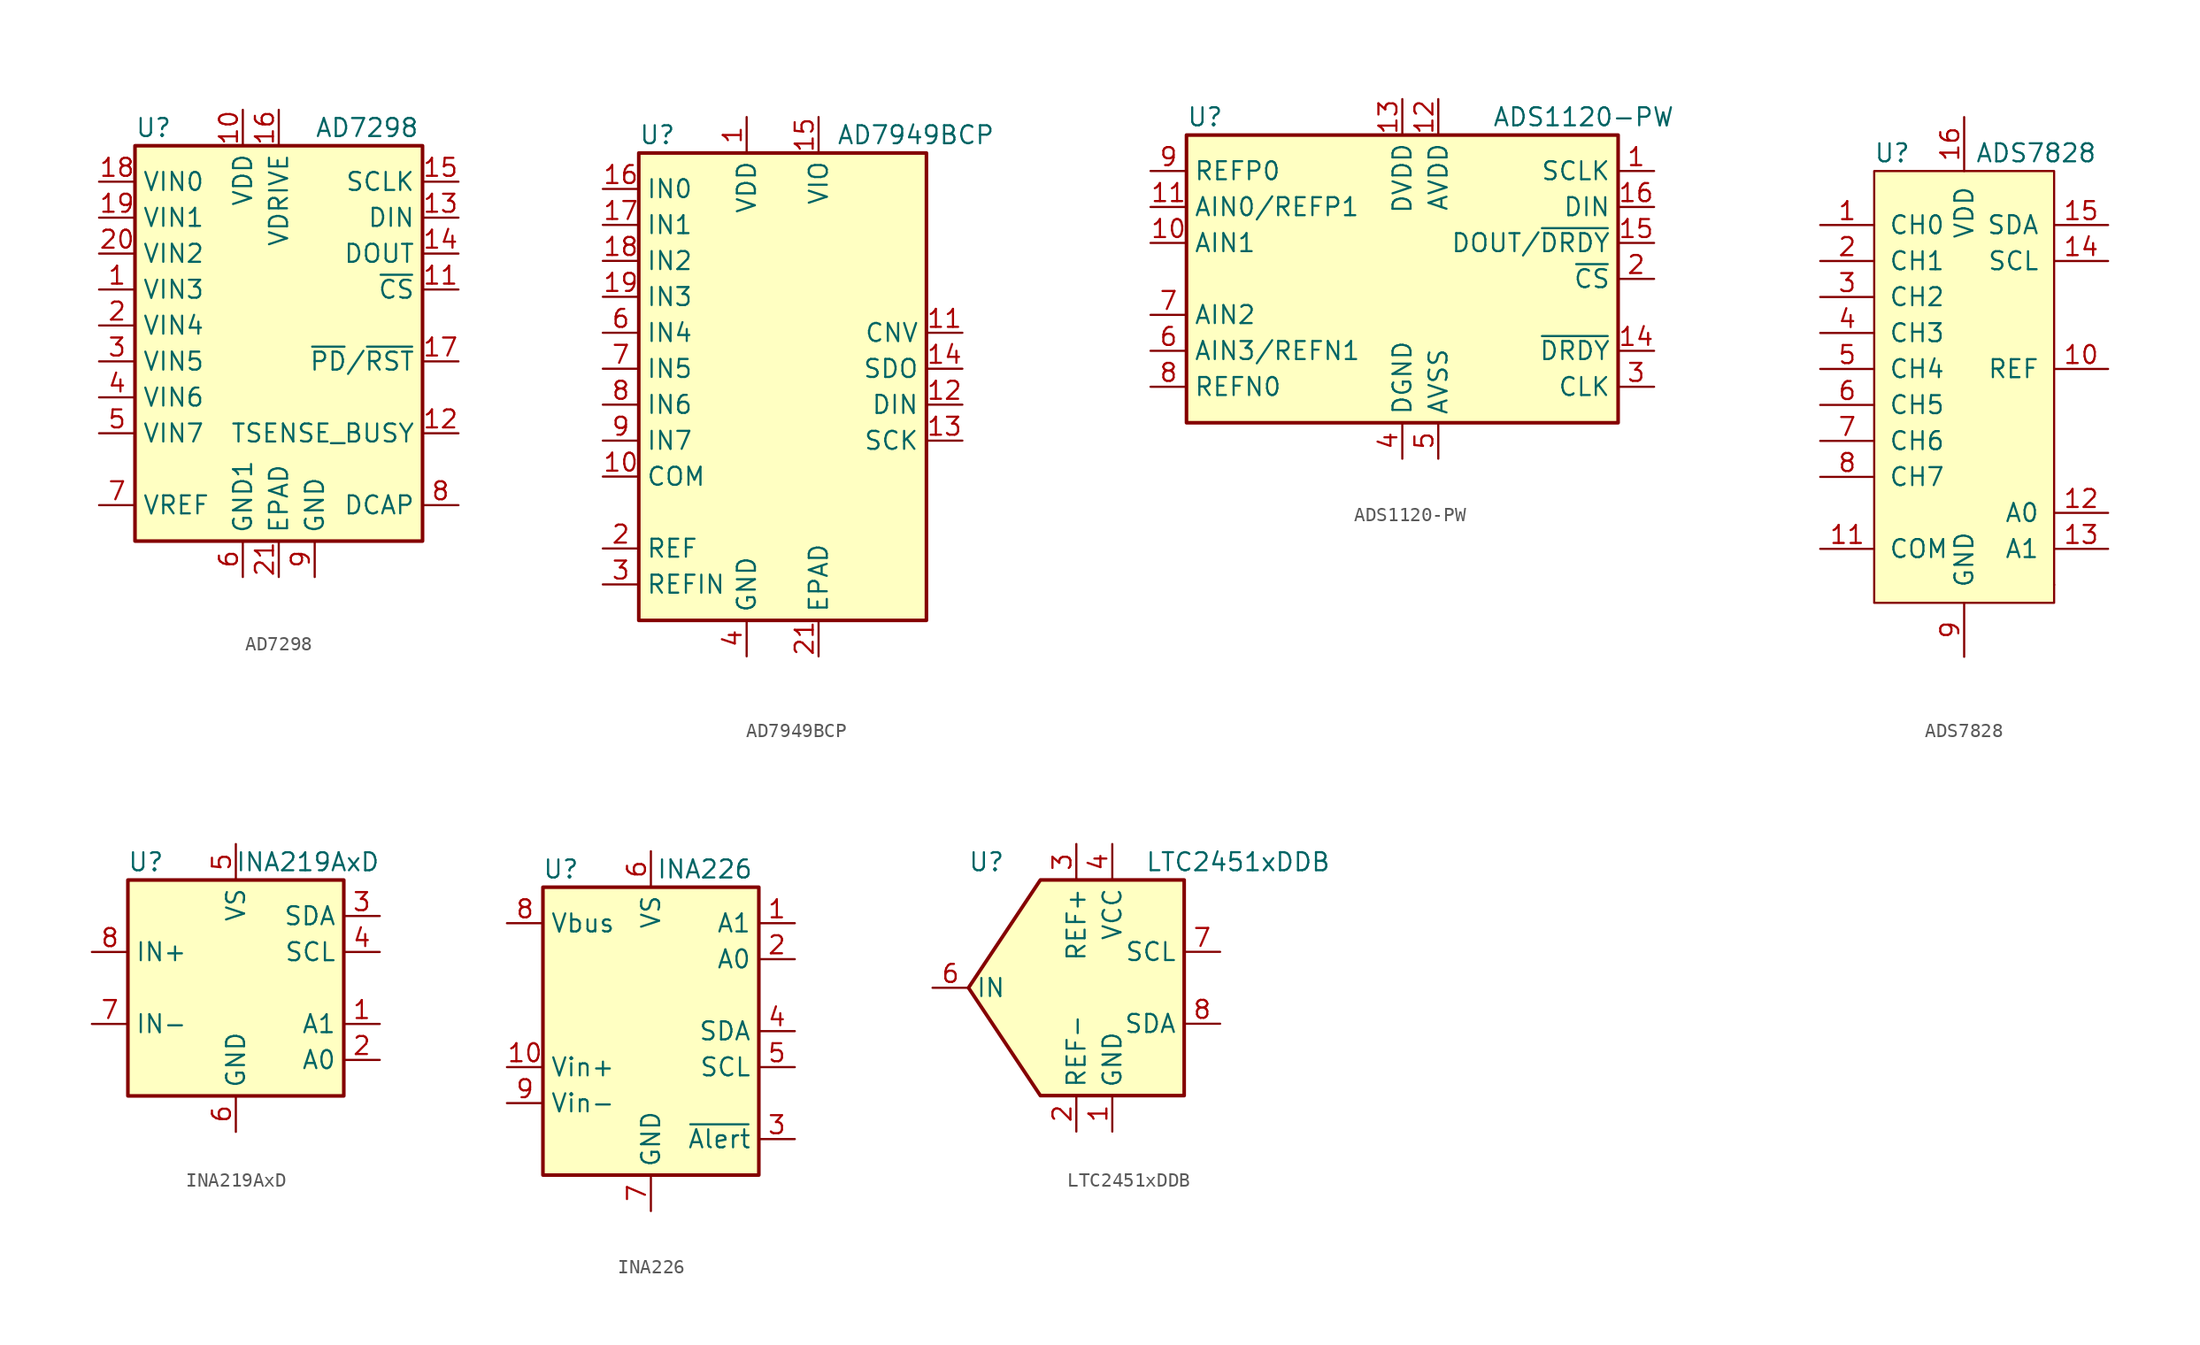
<source format=kicad_sym>
(kicad_symbol_lib
  (version 20201005)
  (generator kicad_symbol_editor)
  (symbol "AD7298"
    (property "Reference" "U"
      (at -10.16 13.97 0)
      (effects (font (size 1.27 1.27)) (justify left)))
    (property "Value" "AD7298"
      (at 2.54 13.97 0)
      (effects (font (size 1.27 1.27)) (justify left)))
    (symbol "AD7298_0_1"
      (rectangle (start -10.16 12.7) (end 10.16 -15.24) (stroke (width 0.254)) (fill (type background))))
    (symbol "AD7298_1_1"
      (pin input line (at -12.7 2.54 0) (length 2.54) (name "VIN3" (effects (font (size 1.27 1.27)))) (number "1" (effects (font (size 1.27 1.27)))))
      (pin power_in line (at -2.54 15.24 270) (length 2.54) (name "VDD" (effects (font (size 1.27 1.27)))) (number "10" (effects (font (size 1.27 1.27)))))
      (pin input line (at 12.7 2.54 180) (length 2.54) (name "~CS" (effects (font (size 1.27 1.27)))) (number "11" (effects (font (size 1.27 1.27)))))
      (pin output line (at 12.7 -7.62 180) (length 2.54) (name "TSENSE_BUSY" (effects (font (size 1.27 1.27)))) (number "12" (effects (font (size 1.27 1.27)))))
      (pin input line (at 12.7 7.62 180) (length 2.54) (name "DIN" (effects (font (size 1.27 1.27)))) (number "13" (effects (font (size 1.27 1.27)))))
      (pin output line (at 12.7 5.08 180) (length 2.54) (name "DOUT" (effects (font (size 1.27 1.27)))) (number "14" (effects (font (size 1.27 1.27)))))
      (pin input line (at 12.7 10.16 180) (length 2.54) (name "SCLK" (effects (font (size 1.27 1.27)))) (number "15" (effects (font (size 1.27 1.27)))))
      (pin power_in line (at 0 15.24 270) (length 2.54) (name "VDRIVE" (effects (font (size 1.27 1.27)))) (number "16" (effects (font (size 1.27 1.27)))))
      (pin input line (at 12.7 -2.54 180) (length 2.54) (name "~PD~/~RST" (effects (font (size 1.27 1.27)))) (number "17" (effects (font (size 1.27 1.27)))))
      (pin input line (at -12.7 10.16 0) (length 2.54) (name "VIN0" (effects (font (size 1.27 1.27)))) (number "18" (effects (font (size 1.27 1.27)))))
      (pin input line (at -12.7 7.62 0) (length 2.54) (name "VIN1" (effects (font (size 1.27 1.27)))) (number "19" (effects (font (size 1.27 1.27)))))
      (pin input line (at -12.7 0 0) (length 2.54) (name "VIN4" (effects (font (size 1.27 1.27)))) (number "2" (effects (font (size 1.27 1.27)))))
      (pin input line (at -12.7 5.08 0) (length 2.54) (name "VIN2" (effects (font (size 1.27 1.27)))) (number "20" (effects (font (size 1.27 1.27)))))
      (pin power_in line (at 0 -17.78 90) (length 2.54) (name "EPAD" (effects (font (size 1.27 1.27)))) (number "21" (effects (font (size 1.27 1.27)))))
      (pin input line (at -12.7 -2.54 0) (length 2.54) (name "VIN5" (effects (font (size 1.27 1.27)))) (number "3" (effects (font (size 1.27 1.27)))))
      (pin input line (at -12.7 -5.08 0) (length 2.54) (name "VIN6" (effects (font (size 1.27 1.27)))) (number "4" (effects (font (size 1.27 1.27)))))
      (pin input line (at -12.7 -7.62 0) (length 2.54) (name "VIN7" (effects (font (size 1.27 1.27)))) (number "5" (effects (font (size 1.27 1.27)))))
      (pin power_in line (at -2.54 -17.78 90) (length 2.54) (name "GND1" (effects (font (size 1.27 1.27)))) (number "6" (effects (font (size 1.27 1.27)))))
      (pin passive line (at -12.7 -12.7 0) (length 2.54) (name "VREF" (effects (font (size 1.27 1.27)))) (number "7" (effects (font (size 1.27 1.27)))))
      (pin passive line (at 12.7 -12.7 180) (length 2.54) (name "DCAP" (effects (font (size 1.27 1.27)))) (number "8" (effects (font (size 1.27 1.27)))))
      (pin power_in line (at 2.54 -17.78 90) (length 2.54) (name "GND" (effects (font (size 1.27 1.27)))) (number "9" (effects (font (size 1.27 1.27)))))))
  (symbol "AD7949BCP"
    (property "Reference" "U"
      (at -10.16 16.51 0)
      (effects (font (size 1.27 1.27)) (justify left)))
    (property "Value" "AD7949BCP"
      (at 3.81 16.51 0)
      (effects (font (size 1.27 1.27)) (justify left)))
    (symbol "AD7949BCP_0_1"
      (rectangle (start -10.16 15.24) (end 10.16 -17.78) (stroke (width 0.254)) (fill (type background))))
    (symbol "AD7949BCP_1_1"
      (pin power_in line (at -2.54 17.78 270) (length 2.54) (name "VDD" (effects (font (size 1.27 1.27)))) (number "1" (effects (font (size 1.27 1.27)))))
      (pin input line (at -12.7 -7.62 0) (length 2.54) (name "COM" (effects (font (size 1.27 1.27)))) (number "10" (effects (font (size 1.27 1.27)))))
      (pin input line (at 12.7 2.54 180) (length 2.54) (name "CNV" (effects (font (size 1.27 1.27)))) (number "11" (effects (font (size 1.27 1.27)))))
      (pin input line (at 12.7 -2.54 180) (length 2.54) (name "DIN" (effects (font (size 1.27 1.27)))) (number "12" (effects (font (size 1.27 1.27)))))
      (pin input line (at 12.7 -5.08 180) (length 2.54) (name "SCK" (effects (font (size 1.27 1.27)))) (number "13" (effects (font (size 1.27 1.27)))))
      (pin output line (at 12.7 0 180) (length 2.54) (name "SDO" (effects (font (size 1.27 1.27)))) (number "14" (effects (font (size 1.27 1.27)))))
      (pin power_in line (at 2.54 17.78 270) (length 2.54) (name "VIO" (effects (font (size 1.27 1.27)))) (number "15" (effects (font (size 1.27 1.27)))))
      (pin input line (at -12.7 12.7 0) (length 2.54) (name "IN0" (effects (font (size 1.27 1.27)))) (number "16" (effects (font (size 1.27 1.27)))))
      (pin input line (at -12.7 10.16 0) (length 2.54) (name "IN1" (effects (font (size 1.27 1.27)))) (number "17" (effects (font (size 1.27 1.27)))))
      (pin input line (at -12.7 7.62 0) (length 2.54) (name "IN2" (effects (font (size 1.27 1.27)))) (number "18" (effects (font (size 1.27 1.27)))))
      (pin input line (at -12.7 5.08 0) (length 2.54) (name "IN3" (effects (font (size 1.27 1.27)))) (number "19" (effects (font (size 1.27 1.27)))))
      (pin passive line (at -12.7 -12.7 0) (length 2.54) (name "REF" (effects (font (size 1.27 1.27)))) (number "2" (effects (font (size 1.27 1.27)))))
      (pin passive line (at -2.54 17.78 270) (length 2.54) hide (name "VDD" (effects (font (size 1.27 1.27)))) (number "20" (effects (font (size 1.27 1.27)))))
      (pin power_in line (at 2.54 -20.32 90) (length 2.54) (name "EPAD" (effects (font (size 1.27 1.27)))) (number "21" (effects (font (size 1.27 1.27)))))
      (pin passive line (at -12.7 -15.24 0) (length 2.54) (name "REFIN" (effects (font (size 1.27 1.27)))) (number "3" (effects (font (size 1.27 1.27)))))
      (pin power_in line (at -2.54 -20.32 90) (length 2.54) (name "GND" (effects (font (size 1.27 1.27)))) (number "4" (effects (font (size 1.27 1.27)))))
      (pin passive line (at -2.54 -20.32 90) (length 2.54) hide (name "GND" (effects (font (size 1.27 1.27)))) (number "5" (effects (font (size 1.27 1.27)))))
      (pin input line (at -12.7 2.54 0) (length 2.54) (name "IN4" (effects (font (size 1.27 1.27)))) (number "6" (effects (font (size 1.27 1.27)))))
      (pin input line (at -12.7 0 0) (length 2.54) (name "IN5" (effects (font (size 1.27 1.27)))) (number "7" (effects (font (size 1.27 1.27)))))
      (pin input line (at -12.7 -2.54 0) (length 2.54) (name "IN6" (effects (font (size 1.27 1.27)))) (number "8" (effects (font (size 1.27 1.27)))))
      (pin input line (at -12.7 -5.08 0) (length 2.54) (name "IN7" (effects (font (size 1.27 1.27)))) (number "9" (effects (font (size 1.27 1.27)))))))
  (symbol "ADS1120-PW"
    (property "Reference" "U"
      (at -15.24 11.43 0)
      (effects (font (size 1.27 1.27)) (justify left)))
    (property "Value" "ADS1120-PW"
      (at 6.35 11.43 0)
      (effects (font (size 1.27 1.27)) (justify left)))
    (symbol "ADS1120-PW_0_1"
      (rectangle (start -15.24 10.16) (end 15.24 -10.16) (stroke (width 0.254)) (fill (type background))))
    (symbol "ADS1120-PW_1_1"
      (pin input line (at 17.78 7.62 180) (length 2.54) (name "SCLK" (effects (font (size 1.27 1.27)))) (number "1" (effects (font (size 1.27 1.27)))))
      (pin input line (at -17.78 2.54 0) (length 2.54) (name "AIN1" (effects (font (size 1.27 1.27)))) (number "10" (effects (font (size 1.27 1.27)))))
      (pin input line (at -17.78 5.08 0) (length 2.54) (name "AIN0/REFP1" (effects (font (size 1.27 1.27)))) (number "11" (effects (font (size 1.27 1.27)))))
      (pin power_in line (at 2.54 12.7 270) (length 2.54) (name "AVDD" (effects (font (size 1.27 1.27)))) (number "12" (effects (font (size 1.27 1.27)))))
      (pin power_in line (at 0 12.7 270) (length 2.54) (name "DVDD" (effects (font (size 1.27 1.27)))) (number "13" (effects (font (size 1.27 1.27)))))
      (pin output line (at 17.78 -5.08 180) (length 2.54) (name "~DRDY" (effects (font (size 1.27 1.27)))) (number "14" (effects (font (size 1.27 1.27)))))
      (pin output line (at 17.78 2.54 180) (length 2.54) (name "DOUT/~DRDY" (effects (font (size 1.27 1.27)))) (number "15" (effects (font (size 1.27 1.27)))))
      (pin input line (at 17.78 5.08 180) (length 2.54) (name "DIN" (effects (font (size 1.27 1.27)))) (number "16" (effects (font (size 1.27 1.27)))))
      (pin input line (at 17.78 0 180) (length 2.54) (name "~CS" (effects (font (size 1.27 1.27)))) (number "2" (effects (font (size 1.27 1.27)))))
      (pin input line (at 17.78 -7.62 180) (length 2.54) (name "CLK" (effects (font (size 1.27 1.27)))) (number "3" (effects (font (size 1.27 1.27)))))
      (pin power_in line (at 0 -12.7 90) (length 2.54) (name "DGND" (effects (font (size 1.27 1.27)))) (number "4" (effects (font (size 1.27 1.27)))))
      (pin power_in line (at 2.54 -12.7 90) (length 2.54) (name "AVSS" (effects (font (size 1.27 1.27)))) (number "5" (effects (font (size 1.27 1.27)))))
      (pin input line (at -17.78 -5.08 0) (length 2.54) (name "AIN3/REFN1" (effects (font (size 1.27 1.27)))) (number "6" (effects (font (size 1.27 1.27)))))
      (pin input line (at -17.78 -2.54 0) (length 2.54) (name "AIN2" (effects (font (size 1.27 1.27)))) (number "7" (effects (font (size 1.27 1.27)))))
      (pin input line (at -17.78 -7.62 0) (length 2.54) (name "REFN0" (effects (font (size 1.27 1.27)))) (number "8" (effects (font (size 1.27 1.27)))))
      (pin input line (at -17.78 7.62 0) (length 2.54) (name "REFP0" (effects (font (size 1.27 1.27)))) (number "9" (effects (font (size 1.27 1.27)))))))
  (symbol "ADS7828"
    (pin_names
      (offset 1.016))
    (property "Reference" "U"
      (at -5.08 15.24 0)
      (effects (font (size 1.27 1.27))))
    (property "Value" "ADS7828"
      (at 5.08 15.24 0)
      (effects (font (size 1.27 1.27))))
    (symbol "ADS7828_0_1"
      (rectangle (start 6.35 -15.24) (end 6.35 -15.24) (stroke (width 0)) (fill (type none)))
      (rectangle (start -6.35 13.97) (end 6.35 -16.51) (stroke (width 0)) (fill (type background))))
    (symbol "ADS7828_1_1"
      (pin input line (at -10.16 10.16 0) (length 3.81) (name "CH0" (effects (font (size 1.27 1.27)))) (number "1" (effects (font (size 1.27 1.27)))))
      (pin bidirectional line (at 10.16 0 180) (length 3.81) (name "REF" (effects (font (size 1.27 1.27)))) (number "10" (effects (font (size 1.27 1.27)))))
      (pin input line (at -10.16 -12.7 0) (length 3.81) (name "COM" (effects (font (size 1.27 1.27)))) (number "11" (effects (font (size 1.27 1.27)))))
      (pin input line (at 10.16 -10.16 180) (length 3.81) (name "A0" (effects (font (size 1.27 1.27)))) (number "12" (effects (font (size 1.27 1.27)))))
      (pin input line (at 10.16 -12.7 180) (length 3.81) (name "A1" (effects (font (size 1.27 1.27)))) (number "13" (effects (font (size 1.27 1.27)))))
      (pin input line (at 10.16 7.62 180) (length 3.81) (name "SCL" (effects (font (size 1.27 1.27)))) (number "14" (effects (font (size 1.27 1.27)))))
      (pin bidirectional line (at 10.16 10.16 180) (length 3.81) (name "SDA" (effects (font (size 1.27 1.27)))) (number "15" (effects (font (size 1.27 1.27)))))
      (pin power_in line (at 0 17.78 270) (length 3.81) (name "VDD" (effects (font (size 1.27 1.27)))) (number "16" (effects (font (size 1.27 1.27)))))
      (pin input line (at -10.16 7.62 0) (length 3.81) (name "CH1" (effects (font (size 1.27 1.27)))) (number "2" (effects (font (size 1.27 1.27)))))
      (pin input line (at -10.16 5.08 0) (length 3.81) (name "CH2" (effects (font (size 1.27 1.27)))) (number "3" (effects (font (size 1.27 1.27)))))
      (pin input line (at -10.16 2.54 0) (length 3.81) (name "CH3" (effects (font (size 1.27 1.27)))) (number "4" (effects (font (size 1.27 1.27)))))
      (pin input line (at -10.16 0 0) (length 3.81) (name "CH4" (effects (font (size 1.27 1.27)))) (number "5" (effects (font (size 1.27 1.27)))))
      (pin input line (at -10.16 -2.54 0) (length 3.81) (name "CH5" (effects (font (size 1.27 1.27)))) (number "6" (effects (font (size 1.27 1.27)))))
      (pin input line (at -10.16 -5.08 0) (length 3.81) (name "CH6" (effects (font (size 1.27 1.27)))) (number "7" (effects (font (size 1.27 1.27)))))
      (pin input line (at -10.16 -7.62 0) (length 3.81) (name "CH7" (effects (font (size 1.27 1.27)))) (number "8" (effects (font (size 1.27 1.27)))))
      (pin power_in line (at 0 -20.32 90) (length 3.81) (name "GND" (effects (font (size 1.27 1.27)))) (number "9" (effects (font (size 1.27 1.27)))))))
  (symbol "INA219AxD"
    (property "Reference" "U"
      (at -6.35 8.89 0)
      (effects (font (size 1.27 1.27))))
    (property "Value" "INA219AxD"
      (at 5.08 8.89 0)
      (effects (font (size 1.27 1.27))))
    (symbol "INA219AxD_0_1"
      (rectangle (start -7.62 7.62) (end 7.62 -7.62) (stroke (width 0.254)) (fill (type background))))
    (symbol "INA219AxD_1_1"
      (pin input line (at 10.16 -2.54 180) (length 2.54) (name "A1" (effects (font (size 1.27 1.27)))) (number "1" (effects (font (size 1.27 1.27)))))
      (pin input line (at 10.16 -5.08 180) (length 2.54) (name "A0" (effects (font (size 1.27 1.27)))) (number "2" (effects (font (size 1.27 1.27)))))
      (pin bidirectional line (at 10.16 5.08 180) (length 2.54) (name "SDA" (effects (font (size 1.27 1.27)))) (number "3" (effects (font (size 1.27 1.27)))))
      (pin input line (at 10.16 2.54 180) (length 2.54) (name "SCL" (effects (font (size 1.27 1.27)))) (number "4" (effects (font (size 1.27 1.27)))))
      (pin power_in line (at 0 10.16 270) (length 2.54) (name "VS" (effects (font (size 1.27 1.27)))) (number "5" (effects (font (size 1.27 1.27)))))
      (pin power_in line (at 0 -10.16 90) (length 2.54) (name "GND" (effects (font (size 1.27 1.27)))) (number "6" (effects (font (size 1.27 1.27)))))
      (pin input line (at -10.16 -2.54 0) (length 2.54) (name "IN-" (effects (font (size 1.27 1.27)))) (number "7" (effects (font (size 1.27 1.27)))))
      (pin input line (at -10.16 2.54 0) (length 2.54) (name "IN+" (effects (font (size 1.27 1.27)))) (number "8" (effects (font (size 1.27 1.27)))))))
  (symbol "INA226"
    (property "Reference" "U"
      (at -6.35 11.43 0)
      (effects (font (size 1.27 1.27))))
    (property "Value" "INA226"
      (at 3.81 11.43 0)
      (effects (font (size 1.27 1.27))))
    (symbol "INA226_0_1"
      (rectangle (start 7.62 10.16) (end -7.62 -10.16) (stroke (width 0.254)) (fill (type background))))
    (symbol "INA226_1_1"
      (pin input line (at 10.16 7.62 180) (length 2.54) (name "A1" (effects (font (size 1.27 1.27)))) (number "1" (effects (font (size 1.27 1.27)))))
      (pin input line (at -10.16 -2.54 0) (length 2.54) (name "Vin+" (effects (font (size 1.27 1.27)))) (number "10" (effects (font (size 1.27 1.27)))))
      (pin input line (at 10.16 5.08 180) (length 2.54) (name "A0" (effects (font (size 1.27 1.27)))) (number "2" (effects (font (size 1.27 1.27)))))
      (pin open_collector line (at 10.16 -7.62 180) (length 2.54) (name "~Alert~" (effects (font (size 1.27 1.27)))) (number "3" (effects (font (size 1.27 1.27)))))
      (pin bidirectional line (at 10.16 0 180) (length 2.54) (name "SDA" (effects (font (size 1.27 1.27)))) (number "4" (effects (font (size 1.27 1.27)))))
      (pin input line (at 10.16 -2.54 180) (length 2.54) (name "SCL" (effects (font (size 1.27 1.27)))) (number "5" (effects (font (size 1.27 1.27)))))
      (pin power_in line (at 0 12.7 270) (length 2.54) (name "VS" (effects (font (size 1.27 1.27)))) (number "6" (effects (font (size 1.27 1.27)))))
      (pin power_in line (at 0 -12.7 90) (length 2.54) (name "GND" (effects (font (size 1.27 1.27)))) (number "7" (effects (font (size 1.27 1.27)))))
      (pin input line (at -10.16 7.62 0) (length 2.54) (name "Vbus" (effects (font (size 1.27 1.27)))) (number "8" (effects (font (size 1.27 1.27)))))
      (pin input line (at -10.16 -5.08 0) (length 2.54) (name "Vin-" (effects (font (size 1.27 1.27)))) (number "9" (effects (font (size 1.27 1.27)))))))
  (symbol "LTC2451xDDB"
    (property "Reference" "U"
      (at -6.35 8.89 0)
      (effects (font (size 1.27 1.27))))
    (property "Value" "LTC2451xDDB"
      (at 11.43 8.89 0)
      (effects (font (size 1.27 1.27))))
    (symbol "LTC2451xDDB_1_1"
      (polyline (pts (xy -2.54 7.62) (xy 3.81 7.62) (xy 7.62 7.62) (xy 7.62 -7.62) (xy -2.54 -7.62) (xy -7.62 0) (xy -2.54 7.62)) (stroke (width 0.254)) (fill (type background)))
      (pin power_in line (at 2.54 -10.16 90) (length 2.54) (name "GND" (effects (font (size 1.27 1.27)))) (number "1" (effects (font (size 1.27 1.27)))))
      (pin power_in line (at 0 -10.16 90) (length 2.54) (name "REF-" (effects (font (size 1.27 1.27)))) (number "2" (effects (font (size 1.27 1.27)))))
      (pin power_in line (at 0 10.16 270) (length 2.54) (name "REF+" (effects (font (size 1.27 1.27)))) (number "3" (effects (font (size 1.27 1.27)))))
      (pin power_in line (at 2.54 10.16 270) (length 2.54) (name "VCC" (effects (font (size 1.27 1.27)))) (number "4" (effects (font (size 1.27 1.27)))))
      (pin passive line (at 2.54 -10.16 90) (length 2.54) hide (name "GND" (effects (font (size 1.27 1.27)))) (number "5" (effects (font (size 1.27 1.27)))))
      (pin input line (at -10.16 0 0) (length 2.54) (name "IN" (effects (font (size 1.27 1.27)))) (number "6" (effects (font (size 1.27 1.27)))))
      (pin input line (at 10.16 2.54 180) (length 2.54) (name "SCL" (effects (font (size 1.27 1.27)))) (number "7" (effects (font (size 1.27 1.27)))))
      (pin bidirectional line (at 10.16 -2.54 180) (length 2.54) (name "SDA" (effects (font (size 1.27 1.27)))) (number "8" (effects (font (size 1.27 1.27)))))
      (pin passive line (at 2.54 -10.16 90) (length 2.54) hide (name "GND" (effects (font (size 1.27 1.27)))) (number "9" (effects (font (size 1.27 1.27))))))))
</source>
